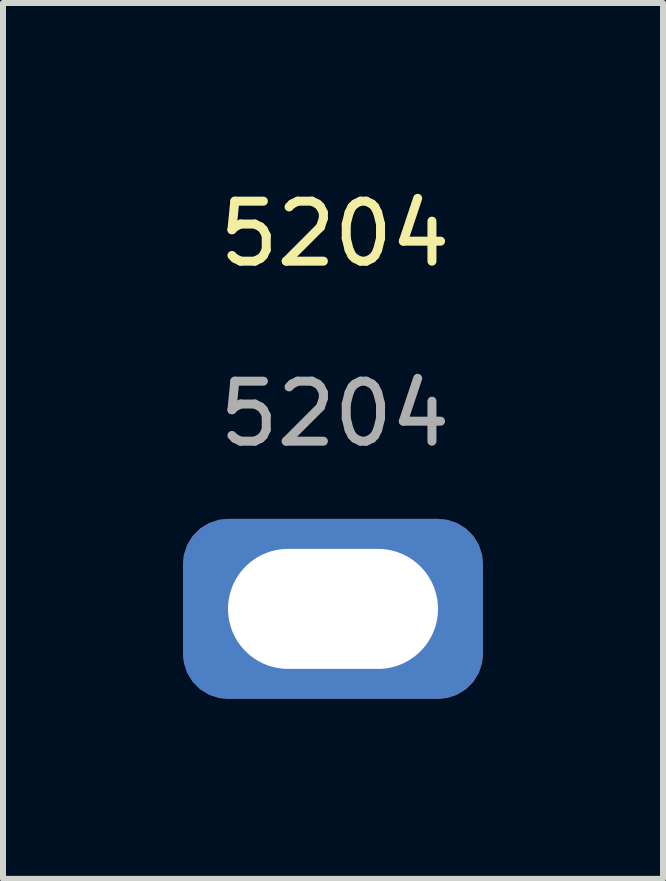
<source format=kicad_pcb>
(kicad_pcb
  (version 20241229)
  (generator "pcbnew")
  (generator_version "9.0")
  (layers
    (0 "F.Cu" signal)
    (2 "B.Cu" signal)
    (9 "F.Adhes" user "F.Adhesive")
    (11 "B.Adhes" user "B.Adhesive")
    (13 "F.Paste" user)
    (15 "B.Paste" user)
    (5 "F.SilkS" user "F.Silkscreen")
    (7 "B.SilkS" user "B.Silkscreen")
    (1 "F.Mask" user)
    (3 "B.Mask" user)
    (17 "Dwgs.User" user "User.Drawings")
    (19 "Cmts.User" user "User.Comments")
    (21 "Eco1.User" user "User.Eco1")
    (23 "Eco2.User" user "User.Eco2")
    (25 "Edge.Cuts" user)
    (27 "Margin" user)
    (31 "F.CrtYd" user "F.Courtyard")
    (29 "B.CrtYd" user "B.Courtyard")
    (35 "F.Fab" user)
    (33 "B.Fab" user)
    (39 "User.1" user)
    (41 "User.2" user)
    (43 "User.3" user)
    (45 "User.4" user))
  (footprint "5204"
    (layer "F.Cu")
    (at 2.53 1.348)
    (property "Reference" "5204" (at 0 -0.5 0) (unlocked yes) (layer "F.SilkS") (effects (font (size 1 1) (thickness 0.15))))
    (attr smd)
    (fp_text user "${REFERENCE}" (at 0 2.5 0) (unlocked yes) (layer "F.Fab") (effects (font (size 1 1) (thickness 0.15))))
    (pad "1" thru_hole roundrect (at -0.03 5.75) (size 5 3) (drill oval 3.5 2) (layers "*.Cu" "*.Mask") (roundrect_rratio 0.25)))
  (gr_rect
    (start -3 -3)
    (end 8 11.598)
    (stroke (width 0.1) (type default))
    (fill no)
    (layer "Edge.Cuts")))
</source>
